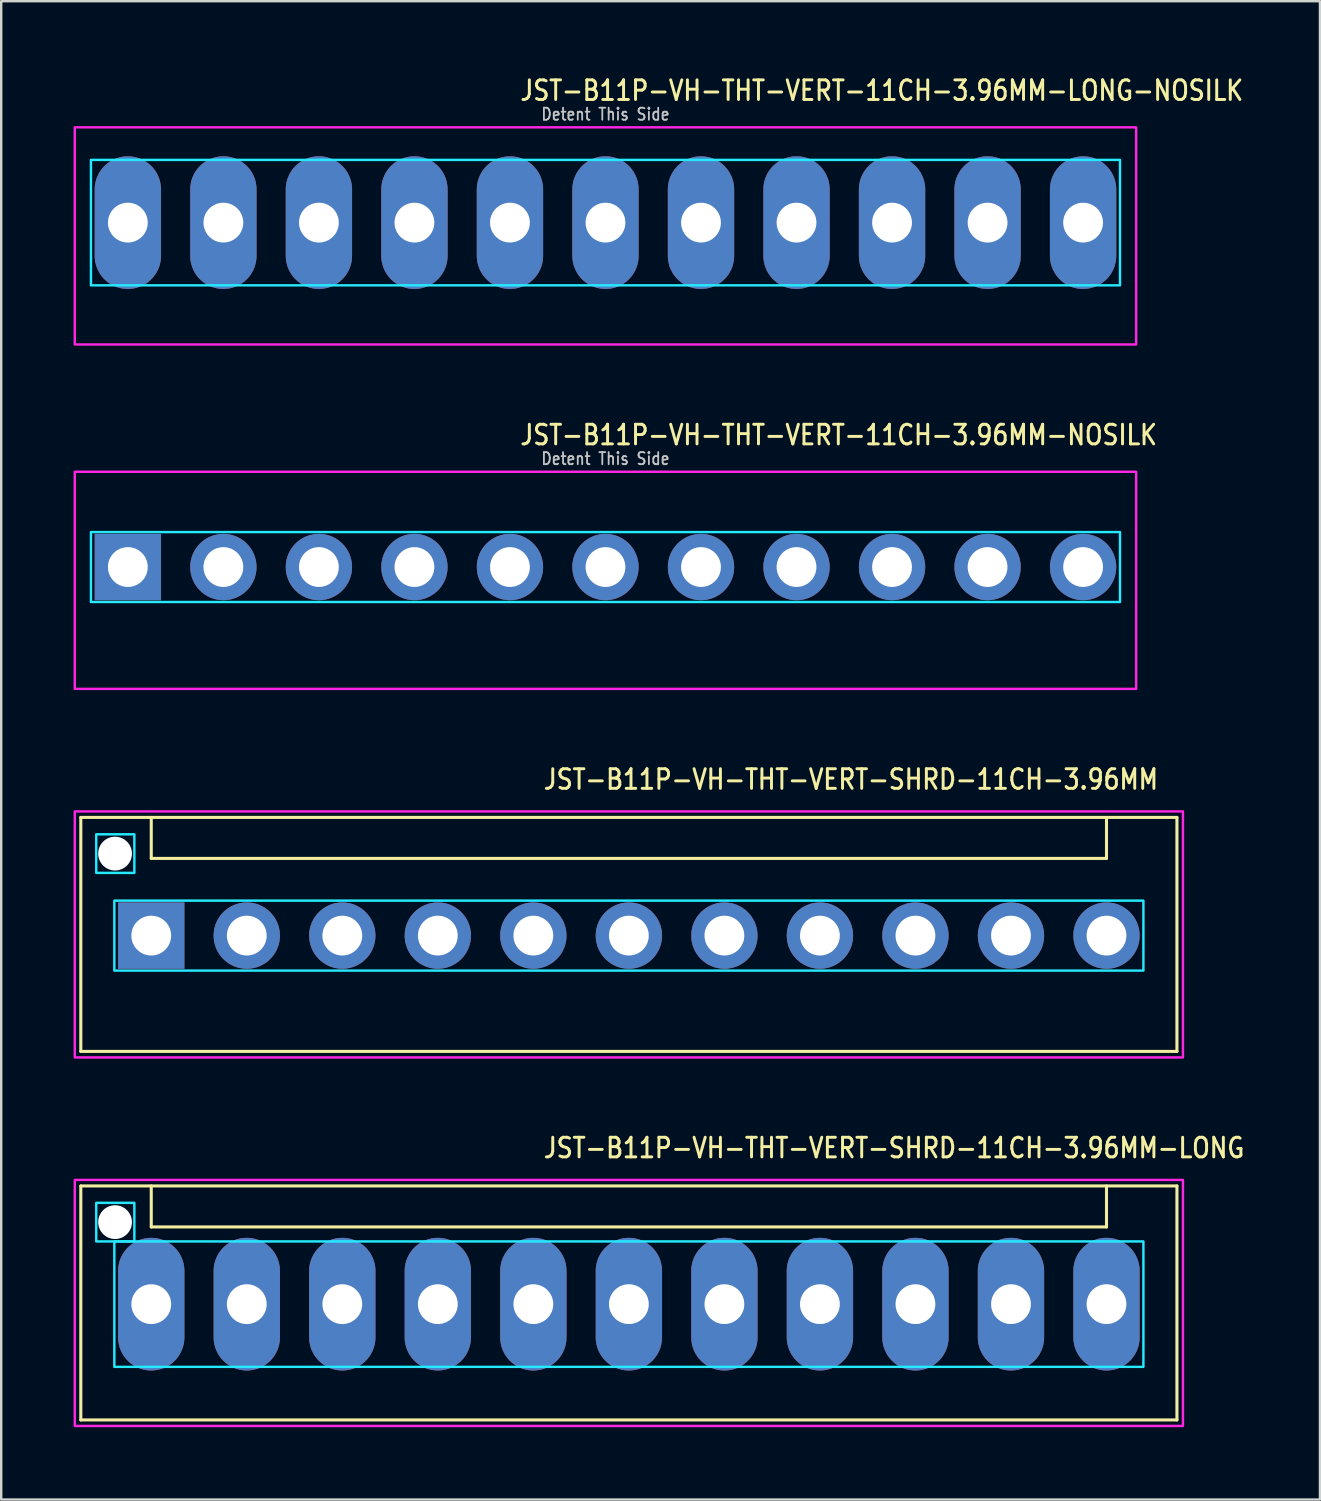
<source format=kicad_pcb>
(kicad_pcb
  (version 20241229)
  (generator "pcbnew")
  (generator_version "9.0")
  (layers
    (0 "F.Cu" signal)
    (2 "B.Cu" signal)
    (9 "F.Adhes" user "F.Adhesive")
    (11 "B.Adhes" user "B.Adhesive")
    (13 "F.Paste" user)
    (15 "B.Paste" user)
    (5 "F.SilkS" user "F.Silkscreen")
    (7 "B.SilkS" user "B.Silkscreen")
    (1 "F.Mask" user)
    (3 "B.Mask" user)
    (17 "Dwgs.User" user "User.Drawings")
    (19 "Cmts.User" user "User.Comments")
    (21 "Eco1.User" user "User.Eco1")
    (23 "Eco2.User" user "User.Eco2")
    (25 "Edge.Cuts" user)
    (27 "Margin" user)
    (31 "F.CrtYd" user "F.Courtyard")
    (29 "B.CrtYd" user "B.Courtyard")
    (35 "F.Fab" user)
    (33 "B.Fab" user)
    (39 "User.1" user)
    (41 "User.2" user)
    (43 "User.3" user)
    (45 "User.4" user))
  (footprint "JST-B11P-VH-THT-VERT-SHRD-11CH-3.96MM-LONG"
    (layer "F.Cu")
    (at 23.02 51.014)
    (property "Reference" "JST-B11P-VH-THT-VERT-SHRD-11CH-3.96MM-LONG" (at -3.6 -6 0) (unlocked yes) (layer "F.SilkS") (effects (font (size 0.813 0.695) (thickness 0.122)) (justify left bottom)))
    (fp_line (start -22.72 -4.9) (end 22.72 -4.9) (stroke (width 0.127) (type solid)) (layer "F.SilkS"))
    (fp_line (start -22.72 4.8) (end -22.72 -4.9) (stroke (width 0.127) (type solid)) (layer "F.SilkS"))
    (fp_line (start -22.72 4.8) (end 22.72 4.8) (stroke (width 0.127) (type solid)) (layer "F.SilkS"))
    (fp_line (start -19.8 -4.9) (end -19.8 -3.2) (stroke (width 0.127) (type solid)) (layer "F.SilkS"))
    (fp_line (start -19.8 -3.2) (end 19.8 -3.2) (stroke (width 0.127) (type solid)) (layer "F.SilkS"))
    (fp_line (start 19.8 -4.9) (end 19.8 -3.2) (stroke (width 0.127) (type solid)) (layer "F.SilkS"))
    (fp_line (start 22.72 -4.9) (end 22.72 4.8) (stroke (width 0.127) (type solid)) (layer "F.SilkS"))
    (fp_poly (pts (xy -21.33 -2.6) (xy -21.33 2.6) (xy 21.33 2.6) (xy 21.33 -2.6)) (stroke (width 0.1) (type solid)) (fill no) (layer "B.CrtYd"))
    (fp_poly (pts (xy -20.5 -4.2) (xy -20.5 -2.6) (xy -22.08 -2.6) (xy -22.08 -4.2)) (stroke (width 0.1) (type solid)) (fill no) (layer "B.CrtYd"))
    (fp_poly (pts (xy -22.97 -5.15) (xy -22.97 5.05) (xy 22.97 5.05) (xy 22.97 -5.15)) (stroke (width 0.1) (type solid)) (fill no) (layer "F.CrtYd"))
    (pad "" np_thru_hole circle (at -21.3 -3.4) (size 1.4 1.4) (drill 1.4) (layers "*.Cu" "*.Mask"))
    (pad "1" thru_hole oval (at -19.8 0 90) (size 5.5 2.75) (drill 1.65) (layers "*.Cu" "*.Mask"))
    (pad "2" thru_hole oval (at -15.84 0 90) (size 5.5 2.75) (drill 1.65) (layers "*.Cu" "*.Mask"))
    (pad "3" thru_hole oval (at -11.88 0 90) (size 5.5 2.75) (drill 1.65) (layers "*.Cu" "*.Mask"))
    (pad "4" thru_hole oval (at -7.92 0 90) (size 5.5 2.75) (drill 1.65) (layers "*.Cu" "*.Mask"))
    (pad "5" thru_hole oval (at -3.96 0 90) (size 5.5 2.75) (drill 1.65) (layers "*.Cu" "*.Mask"))
    (pad "6" thru_hole oval (at 0 0 90) (size 5.5 2.75) (drill 1.65) (layers "*.Cu" "*.Mask"))
    (pad "7" thru_hole oval (at 3.96 0 90) (size 5.5 2.75) (drill 1.65) (layers "*.Cu" "*.Mask"))
    (pad "8" thru_hole oval (at 7.92 0 90) (size 5.5 2.75) (drill 1.65) (layers "*.Cu" "*.Mask"))
    (pad "9" thru_hole oval (at 11.88 0 90) (size 5.5 2.75) (drill 1.65) (layers "*.Cu" "*.Mask"))
    (pad "10" thru_hole oval (at 15.84 0 90) (size 5.5 2.75) (drill 1.65) (layers "*.Cu" "*.Mask"))
    (pad "11" thru_hole oval (at 19.8 0 90) (size 5.5 2.75) (drill 1.65) (layers "*.Cu" "*.Mask")))
  (footprint "JST-B11P-VH-THT-VERT-11CH-3.96MM-LONG-NOSILK"
    (layer "F.Cu")
    (at 22.05 6.179)
    (property "Reference" "JST-B11P-VH-THT-VERT-11CH-3.96MM-LONG-NOSILK" (at -3.6 -5 0) (unlocked yes) (layer "F.SilkS") (effects (font (size 0.813 0.695) (thickness 0.122)) (justify left bottom)))
    (fp_poly (pts (xy -21.33 -2.6) (xy -21.33 2.6) (xy 21.33 2.6) (xy 21.33 -2.6)) (stroke (width 0.1) (type solid)) (fill no) (layer "B.CrtYd"))
    (fp_poly (pts (xy -22 -3.95) (xy -22 5.05) (xy 22 5.05) (xy 22 -3.95)) (stroke (width 0.1) (type solid)) (fill no) (layer "F.CrtYd"))
    (fp_text user "Detent This Side" (at 0 -4.2 0) (unlocked yes) (layer "Dwgs.User") (effects (font (size 0.5 0.427) (thickness 0.075)) (justify bottom)))
    (pad "1" thru_hole oval (at -19.8 0 90) (size 5.5 2.75) (drill 1.65) (layers "*.Cu" "*.Mask"))
    (pad "2" thru_hole oval (at -15.84 0 90) (size 5.5 2.75) (drill 1.65) (layers "*.Cu" "*.Mask"))
    (pad "3" thru_hole oval (at -11.88 0 90) (size 5.5 2.75) (drill 1.65) (layers "*.Cu" "*.Mask"))
    (pad "4" thru_hole oval (at -7.92 0 90) (size 5.5 2.75) (drill 1.65) (layers "*.Cu" "*.Mask"))
    (pad "5" thru_hole oval (at -3.96 0 90) (size 5.5 2.75) (drill 1.65) (layers "*.Cu" "*.Mask"))
    (pad "6" thru_hole oval (at 0 0 90) (size 5.5 2.75) (drill 1.65) (layers "*.Cu" "*.Mask"))
    (pad "7" thru_hole oval (at 3.96 0 90) (size 5.5 2.75) (drill 1.65) (layers "*.Cu" "*.Mask"))
    (pad "8" thru_hole oval (at 7.92 0 90) (size 5.5 2.75) (drill 1.65) (layers "*.Cu" "*.Mask"))
    (pad "9" thru_hole oval (at 11.88 0 90) (size 5.5 2.75) (drill 1.65) (layers "*.Cu" "*.Mask"))
    (pad "10" thru_hole oval (at 15.84 0 90) (size 5.5 2.75) (drill 1.65) (layers "*.Cu" "*.Mask"))
    (pad "11" thru_hole oval (at 19.8 0 90) (size 5.5 2.75) (drill 1.65) (layers "*.Cu" "*.Mask")))
  (footprint "JST-B11P-VH-THT-VERT-11CH-3.96MM-NOSILK"
    (layer "F.Cu")
    (at 22.05 20.457)
    (property "Reference" "JST-B11P-VH-THT-VERT-11CH-3.96MM-NOSILK" (at -3.6 -5 0) (unlocked yes) (layer "F.SilkS") (effects (font (size 0.813 0.695) (thickness 0.122)) (justify left bottom)))
    (fp_poly (pts (xy -21.33 -1.45) (xy -21.33 1.45) (xy 21.33 1.45) (xy 21.33 -1.45)) (stroke (width 0.1) (type solid)) (fill no) (layer "B.CrtYd"))
    (fp_poly (pts (xy -22 -3.95) (xy -22 5.05) (xy 22 5.05) (xy 22 -3.95)) (stroke (width 0.1) (type solid)) (fill no) (layer "F.CrtYd"))
    (fp_text user "Detent This Side" (at 0 -4.2 0) (unlocked yes) (layer "Dwgs.User") (effects (font (size 0.5 0.427) (thickness 0.075)) (justify bottom)))
    (pad "1" thru_hole rect (at -19.8 0) (size 2.75 2.75) (drill 1.65) (layers "*.Cu" "*.Mask"))
    (pad "2" thru_hole oval (at -15.84 0) (size 2.75 2.75) (drill 1.65) (layers "*.Cu" "*.Mask"))
    (pad "3" thru_hole oval (at -11.88 0) (size 2.75 2.75) (drill 1.65) (layers "*.Cu" "*.Mask"))
    (pad "4" thru_hole oval (at -7.92 0) (size 2.75 2.75) (drill 1.65) (layers "*.Cu" "*.Mask"))
    (pad "5" thru_hole oval (at -3.96 0) (size 2.75 2.75) (drill 1.65) (layers "*.Cu" "*.Mask"))
    (pad "6" thru_hole oval (at 0 0) (size 2.75 2.75) (drill 1.65) (layers "*.Cu" "*.Mask"))
    (pad "7" thru_hole oval (at 3.96 0) (size 2.75 2.75) (drill 1.65) (layers "*.Cu" "*.Mask"))
    (pad "8" thru_hole oval (at 7.92 0) (size 2.75 2.75) (drill 1.65) (layers "*.Cu" "*.Mask"))
    (pad "9" thru_hole oval (at 11.88 0) (size 2.75 2.75) (drill 1.65) (layers "*.Cu" "*.Mask"))
    (pad "10" thru_hole oval (at 15.84 0) (size 2.75 2.75) (drill 1.65) (layers "*.Cu" "*.Mask"))
    (pad "11" thru_hole oval (at 19.8 0) (size 2.75 2.75) (drill 1.65) (layers "*.Cu" "*.Mask")))
  (footprint "JST-B11P-VH-THT-VERT-SHRD-11CH-3.96MM"
    (layer "F.Cu")
    (at 23.02 35.736)
    (property "Reference" "JST-B11P-VH-THT-VERT-SHRD-11CH-3.96MM" (at -3.6 -6 0) (unlocked yes) (layer "F.SilkS") (effects (font (size 0.813 0.695) (thickness 0.122)) (justify left bottom)))
    (fp_line (start -22.72 -4.9) (end 22.72 -4.9) (stroke (width 0.127) (type solid)) (layer "F.SilkS"))
    (fp_line (start -22.72 4.8) (end -22.72 -4.9) (stroke (width 0.127) (type solid)) (layer "F.SilkS"))
    (fp_line (start -22.72 4.8) (end 22.72 4.8) (stroke (width 0.127) (type solid)) (layer "F.SilkS"))
    (fp_line (start -19.8 -4.9) (end -19.8 -3.2) (stroke (width 0.127) (type solid)) (layer "F.SilkS"))
    (fp_line (start -19.8 -3.2) (end 19.8 -3.2) (stroke (width 0.127) (type solid)) (layer "F.SilkS"))
    (fp_line (start 19.8 -4.9) (end 19.8 -3.2) (stroke (width 0.127) (type solid)) (layer "F.SilkS"))
    (fp_line (start 22.72 -4.9) (end 22.72 4.8) (stroke (width 0.127) (type solid)) (layer "F.SilkS"))
    (fp_poly (pts (xy -21.33 -1.45) (xy -21.33 1.45) (xy 21.33 1.45) (xy 21.33 -1.45)) (stroke (width 0.1) (type solid)) (fill no) (layer "B.CrtYd"))
    (fp_poly (pts (xy -20.5 -4.2) (xy -20.5 -2.6) (xy -22.08 -2.6) (xy -22.08 -4.2)) (stroke (width 0.1) (type solid)) (fill no) (layer "B.CrtYd"))
    (fp_poly (pts (xy -22.97 -5.15) (xy -22.97 5.05) (xy 22.97 5.05) (xy 22.97 -5.15)) (stroke (width 0.1) (type solid)) (fill no) (layer "F.CrtYd"))
    (pad "" np_thru_hole circle (at -21.3 -3.4) (size 1.4 1.4) (drill 1.4) (layers "*.Cu" "*.Mask"))
    (pad "1" thru_hole rect (at -19.8 0) (size 2.75 2.75) (drill 1.65) (layers "*.Cu" "*.Mask"))
    (pad "2" thru_hole oval (at -15.84 0) (size 2.75 2.75) (drill 1.65) (layers "*.Cu" "*.Mask"))
    (pad "3" thru_hole oval (at -11.88 0) (size 2.75 2.75) (drill 1.65) (layers "*.Cu" "*.Mask"))
    (pad "4" thru_hole oval (at -7.92 0) (size 2.75 2.75) (drill 1.65) (layers "*.Cu" "*.Mask"))
    (pad "5" thru_hole oval (at -3.96 0) (size 2.75 2.75) (drill 1.65) (layers "*.Cu" "*.Mask"))
    (pad "6" thru_hole oval (at 0 0) (size 2.75 2.75) (drill 1.65) (layers "*.Cu" "*.Mask"))
    (pad "7" thru_hole oval (at 3.96 0) (size 2.75 2.75) (drill 1.65) (layers "*.Cu" "*.Mask"))
    (pad "8" thru_hole oval (at 7.92 0) (size 2.75 2.75) (drill 1.65) (layers "*.Cu" "*.Mask"))
    (pad "9" thru_hole oval (at 11.88 0) (size 2.75 2.75) (drill 1.65) (layers "*.Cu" "*.Mask"))
    (pad "10" thru_hole oval (at 15.84 0) (size 2.75 2.75) (drill 1.65) (layers "*.Cu" "*.Mask"))
    (pad "11" thru_hole oval (at 19.8 0) (size 2.75 2.75) (drill 1.65) (layers "*.Cu" "*.Mask")))
  (gr_rect
    (start -3 -3)
    (end 51.669 59.114)
    (stroke (width 0.1) (type default))
    (fill no)
    (layer "Edge.Cuts")))
</source>
